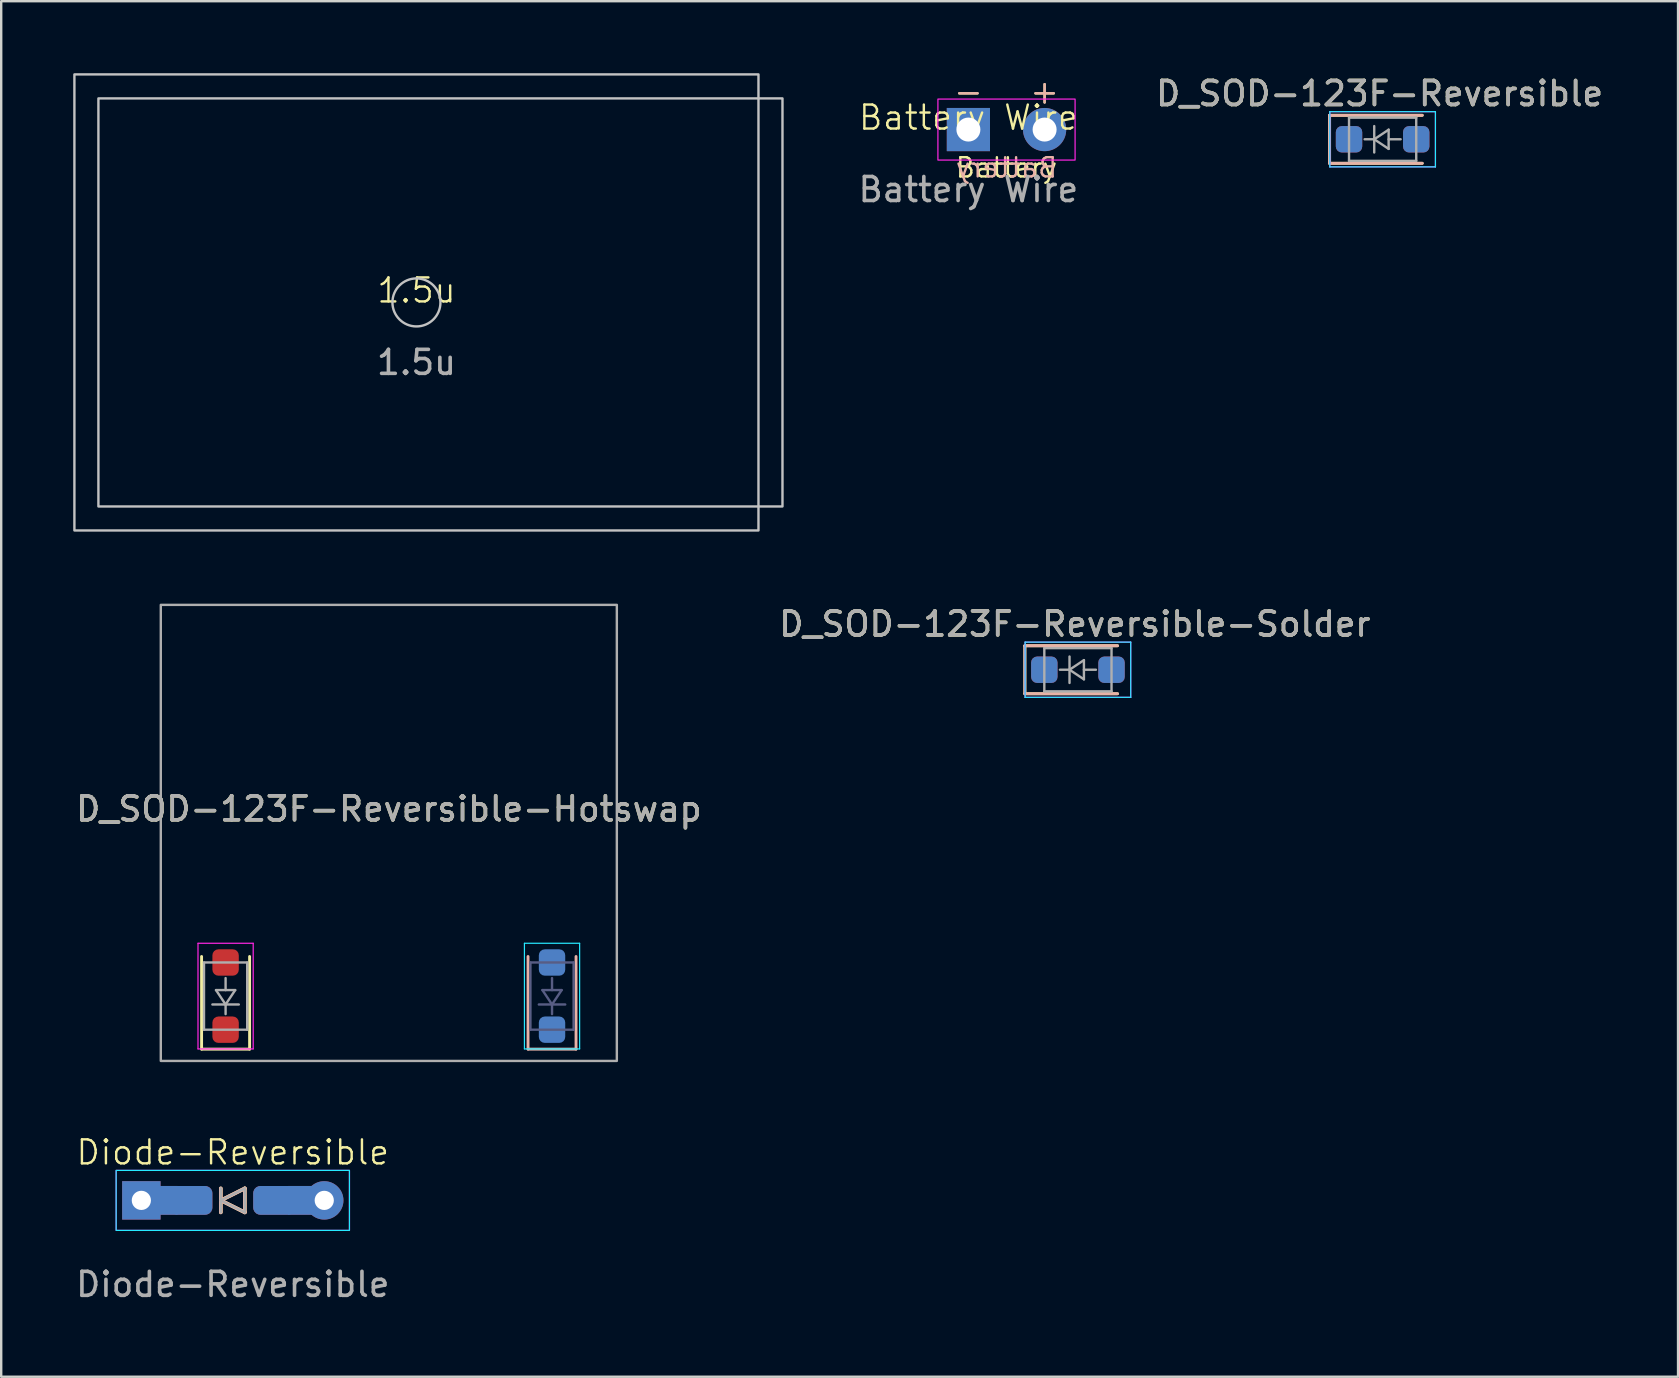
<source format=kicad_pcb>
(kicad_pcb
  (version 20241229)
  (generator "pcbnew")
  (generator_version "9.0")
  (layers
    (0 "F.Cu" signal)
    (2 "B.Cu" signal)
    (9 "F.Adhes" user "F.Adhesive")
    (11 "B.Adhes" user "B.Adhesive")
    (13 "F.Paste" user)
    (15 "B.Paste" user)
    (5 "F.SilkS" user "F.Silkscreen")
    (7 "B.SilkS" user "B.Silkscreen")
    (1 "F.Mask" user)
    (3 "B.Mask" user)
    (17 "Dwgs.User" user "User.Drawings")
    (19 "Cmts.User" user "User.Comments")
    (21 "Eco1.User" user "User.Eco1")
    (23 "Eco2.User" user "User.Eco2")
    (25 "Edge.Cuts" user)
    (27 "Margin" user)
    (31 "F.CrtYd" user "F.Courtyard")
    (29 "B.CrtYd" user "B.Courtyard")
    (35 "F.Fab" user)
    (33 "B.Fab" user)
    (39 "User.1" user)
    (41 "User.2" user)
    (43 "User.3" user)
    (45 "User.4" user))
  (footprint "Battery Wire"
    (layer "F.Cu")
    (at 37.296 2.348)
    (property "Reference" "Battery Wire" (at 0 -0.5 0) (unlocked yes) (layer "F.SilkS") (effects (font (size 1 1) (thickness 0.1))))
    (attr through_hole)
    (fp_rect (start -1.27 -1.27) (end 4.445 1.27) (stroke (width 0.05) (type default)) (fill no) (layer "F.CrtYd"))
    (fp_text user "+" (at 3.175 -1.587 0) (unlocked yes) (layer "F.SilkS") (effects (font (size 1 1) (thickness 0.1))))
    (fp_text user "Battery" (at 1.587 1.587 0) (unlocked yes) (layer "F.SilkS") (effects (font (size 0.8 0.8) (thickness 0.1))))
    (fp_text user "-" (at 0 -1.587 0) (unlocked yes) (layer "F.SilkS") (effects (font (size 1 1) (thickness 0.1))))
    (fp_text user "Battery" (at 1.587 1.587 0) (unlocked yes) (layer "B.SilkS") (effects (font (size 0.8 0.8) (thickness 0.1)) (justify mirror)))
    (fp_text user "+" (at 3.175 -1.587 0) (unlocked yes) (layer "B.SilkS") (effects (font (size 1 1) (thickness 0.1)) (justify mirror)))
    (fp_text user "-" (at 0 -1.587 0) (unlocked yes) (layer "B.SilkS") (effects (font (size 1 1) (thickness 0.1)) (justify mirror)))
    (fp_text user "${REFERENCE}" (at 0 2.5 0) (unlocked yes) (layer "F.Fab") (effects (font (size 1 1) (thickness 0.15))))
    (pad "1" thru_hole rect (at 0 0) (size 1.8 1.8) (drill 1) (layers "*.Cu" "*.Mask"))
    (pad "2" thru_hole circle (at 3.175 0) (size 1.8 1.8) (drill 1) (layers "*.Cu" "*.Mask")))
  (footprint "D_SOD-123F-Reversible-Hotswap"
    (layer "F.Cu")
    (at 13.149 31.65)
    (property "Reference" "D_SOD-123F-Reversible-Hotswap" (at 0 -1 0) (layer "F.SilkS") (effects (font (size 1 1) (thickness 0.15))))
    (attr smd)
    (fp_line (start -7.8 9.01) (end -7.8 5.15) (stroke (width 0.12) (type solid)) (layer "F.SilkS"))
    (fp_line (start -7.8 9.01) (end -5.8 9.01) (stroke (width 0.12) (type solid)) (layer "F.SilkS"))
    (fp_line (start -5.8 9.01) (end -5.8 5.15) (stroke (width 0.12) (type solid)) (layer "F.SilkS"))
    (fp_line (start 5.8 9.01) (end 5.8 5.15) (stroke (width 0.12) (type solid)) (layer "B.SilkS"))
    (fp_line (start 7.8 9.01) (end 5.8 9.01) (stroke (width 0.12) (type solid)) (layer "B.SilkS"))
    (fp_line (start 7.8 9.01) (end 7.8 5.15) (stroke (width 0.12) (type solid)) (layer "B.SilkS"))
    (fp_line (start 5.65 4.6) (end 5.65 9) (stroke (width 0.05) (type solid)) (layer "B.CrtYd"))
    (fp_line (start 7.95 4.6) (end 5.65 4.6) (stroke (width 0.05) (type solid)) (layer "B.CrtYd"))
    (fp_line (start 7.95 9) (end 5.65 9) (stroke (width 0.05) (type solid)) (layer "B.CrtYd"))
    (fp_line (start 7.95 9) (end 7.95 4.6) (stroke (width 0.05) (type solid)) (layer "B.CrtYd"))
    (fp_line (start -7.95 4.6) (end -5.65 4.6) (stroke (width 0.05) (type solid)) (layer "F.CrtYd"))
    (fp_line (start -7.95 9) (end -7.95 4.6) (stroke (width 0.05) (type solid)) (layer "F.CrtYd"))
    (fp_line (start -7.95 9) (end -5.65 9) (stroke (width 0.05) (type solid)) (layer "F.CrtYd"))
    (fp_line (start -5.65 4.6) (end -5.65 9) (stroke (width 0.05) (type solid)) (layer "F.CrtYd"))
    (fp_line (start 5.9 5.4) (end 5.9 8.2) (stroke (width 0.1) (type solid)) (layer "B.Fab"))
    (fp_line (start 5.9 8.2) (end 7.7 8.2) (stroke (width 0.1) (type solid)) (layer "B.Fab"))
    (fp_line (start 6.4 6.55) (end 6.8 7.15) (stroke (width 0.1) (type solid)) (layer "B.Fab"))
    (fp_line (start 6.8 6.55) (end 6.8 6.05) (stroke (width 0.1) (type solid)) (layer "B.Fab"))
    (fp_line (start 6.8 7.15) (end 6.25 7.15) (stroke (width 0.1) (type solid)) (layer "B.Fab"))
    (fp_line (start 6.8 7.15) (end 7.2 6.55) (stroke (width 0.1) (type solid)) (layer "B.Fab"))
    (fp_line (start 6.8 7.15) (end 7.35 7.15) (stroke (width 0.1) (type solid)) (layer "B.Fab"))
    (fp_line (start 6.8 7.55) (end 6.8 7.15) (stroke (width 0.1) (type solid)) (layer "B.Fab"))
    (fp_line (start 7.2 6.55) (end 6.4 6.55) (stroke (width 0.1) (type solid)) (layer "B.Fab"))
    (fp_line (start 7.7 5.4) (end 5.9 5.4) (stroke (width 0.1) (type solid)) (layer "B.Fab"))
    (fp_line (start 7.7 8.2) (end 7.7 5.4) (stroke (width 0.1) (type solid)) (layer "B.Fab"))
    (fp_line (start -7.7 5.4) (end -5.9 5.4) (stroke (width 0.1) (type solid)) (layer "F.Fab"))
    (fp_line (start -7.7 8.2) (end -7.7 5.4) (stroke (width 0.1) (type solid)) (layer "F.Fab"))
    (fp_line (start -7.2 6.55) (end -6.4 6.55) (stroke (width 0.1) (type solid)) (layer "F.Fab"))
    (fp_line (start -6.8 6.55) (end -6.8 6.05) (stroke (width 0.1) (type solid)) (layer "F.Fab"))
    (fp_line (start -6.8 7.15) (end -7.35 7.15) (stroke (width 0.1) (type solid)) (layer "F.Fab"))
    (fp_line (start -6.8 7.15) (end -7.2 6.55) (stroke (width 0.1) (type solid)) (layer "F.Fab"))
    (fp_line (start -6.8 7.15) (end -6.25 7.15) (stroke (width 0.1) (type solid)) (layer "F.Fab"))
    (fp_line (start -6.8 7.55) (end -6.8 7.15) (stroke (width 0.1) (type solid)) (layer "F.Fab"))
    (fp_line (start -6.4 6.55) (end -6.8 7.15) (stroke (width 0.1) (type solid)) (layer "F.Fab"))
    (fp_line (start -5.9 5.4) (end -5.9 8.2) (stroke (width 0.1) (type solid)) (layer "F.Fab"))
    (fp_line (start -5.9 8.2) (end -7.7 8.2) (stroke (width 0.1) (type solid)) (layer "F.Fab"))
    (fp_rect (start -9.5 -9.5) (end 9.5 9.5) (stroke (width 0.1) (type default)) (fill no) (layer "F.Fab"))
    (fp_text user "${REFERENCE}" (at 0 -1 0) (layer "F.Fab") (effects (font (size 1 1) (thickness 0.15))))
    (pad "1" smd roundrect (at -6.8 8.2 90) (size 1.1 1.1) (layers "F.Cu" "F.Mask" "F.Paste") (roundrect_rratio 0.227))
    (pad "1" smd roundrect (at 6.8 8.2 270) (size 1.1 1.1) (layers "B.Cu" "B.Mask" "B.Paste") (roundrect_rratio 0.227))
    (pad "2" smd roundrect (at -6.8 5.4 90) (size 1.1 1.1) (layers "F.Cu" "F.Mask" "F.Paste") (roundrect_rratio 0.227))
    (pad "2" smd roundrect (at 6.8 5.4 270) (size 1.1 1.1) (layers "B.Cu" "B.Mask" "B.Paste") (roundrect_rratio 0.227)))
  (footprint "D_SOD-123F-Reversible"
    (layer "F.Cu")
    (at 54.554 2.753)
    (property "Reference" "D_SOD-123F-Reversible" (at -0.127 -1.905 0) (layer "F.SilkS") (effects (font (size 1 1) (thickness 0.15))))
    (attr smd)
    (fp_line (start -2.21 -1) (end -2.21 1) (stroke (width 0.12) (type solid)) (layer "F.SilkS"))
    (fp_line (start -2.21 -1) (end 1.65 -1) (stroke (width 0.12) (type solid)) (layer "F.SilkS"))
    (fp_line (start -2.21 1) (end 1.65 1) (stroke (width 0.12) (type solid)) (layer "F.SilkS"))
    (fp_line (start -2.21 -1) (end 1.65 -1) (stroke (width 0.12) (type solid)) (layer "B.SilkS"))
    (fp_line (start -2.21 1) (end -2.21 -1) (stroke (width 0.12) (type solid)) (layer "B.SilkS"))
    (fp_line (start -2.21 1) (end 1.65 1) (stroke (width 0.12) (type solid)) (layer "B.SilkS"))
    (fp_line (start -2.2 1.15) (end -2.2 -1.15) (stroke (width 0.05) (type solid)) (layer "B.CrtYd"))
    (fp_line (start -2.2 1.15) (end 2.2 1.15) (stroke (width 0.05) (type solid)) (layer "B.CrtYd"))
    (fp_line (start 2.2 -1.15) (end -2.2 -1.15) (stroke (width 0.05) (type solid)) (layer "B.CrtYd"))
    (fp_line (start 2.2 1.15) (end 2.2 -1.15) (stroke (width 0.05) (type solid)) (layer "B.CrtYd"))
    (fp_line (start -2.2 -1.15) (end -2.2 1.15) (stroke (width 0.05) (type solid)) (layer "F.CrtYd"))
    (fp_line (start -2.2 -1.15) (end 2.2 -1.15) (stroke (width 0.05) (type solid)) (layer "F.CrtYd"))
    (fp_line (start 2.2 -1.15) (end 2.2 1.15) (stroke (width 0.05) (type solid)) (layer "F.CrtYd"))
    (fp_line (start 2.2 1.15) (end -2.2 1.15) (stroke (width 0.05) (type solid)) (layer "F.CrtYd"))
    (fp_line (start -1.4 -0.9) (end 1.4 -0.9) (stroke (width 0.1) (type solid)) (layer "F.Fab"))
    (fp_line (start -1.4 0.9) (end -1.4 -0.9) (stroke (width 0.1) (type solid)) (layer "F.Fab"))
    (fp_line (start -0.75 0) (end -0.35 0) (stroke (width 0.1) (type solid)) (layer "F.Fab"))
    (fp_line (start -0.35 0) (end -0.35 -0.55) (stroke (width 0.1) (type solid)) (layer "F.Fab"))
    (fp_line (start -0.35 0) (end -0.35 0.55) (stroke (width 0.1) (type solid)) (layer "F.Fab"))
    (fp_line (start -0.35 0) (end 0.25 -0.4) (stroke (width 0.1) (type solid)) (layer "F.Fab"))
    (fp_line (start 0.25 -0.4) (end 0.25 0.4) (stroke (width 0.1) (type solid)) (layer "F.Fab"))
    (fp_line (start 0.25 0) (end 0.75 0) (stroke (width 0.1) (type solid)) (layer "F.Fab"))
    (fp_line (start 0.25 0.4) (end -0.35 0) (stroke (width 0.1) (type solid)) (layer "F.Fab"))
    (fp_line (start 1.4 -0.9) (end 1.4 0.9) (stroke (width 0.1) (type solid)) (layer "F.Fab"))
    (fp_line (start 1.4 0.9) (end -1.4 0.9) (stroke (width 0.1) (type solid)) (layer "F.Fab"))
    (fp_text user "${REFERENCE}" (at -0.127 -1.905 0) (layer "F.Fab") (effects (font (size 1 1) (thickness 0.15))))
    (pad "1" smd roundrect (at -1.4 0) (size 1.1 1.1) (layers "F.Cu" "F.Mask" "F.Paste") (roundrect_rratio 0.227))
    (pad "1" smd roundrect (at -1.4 0 180) (size 1.1 1.1) (layers "B.Cu" "B.Mask" "B.Paste") (roundrect_rratio 0.227))
    (pad "2" smd roundrect (at 1.4 0) (size 1.1 1.1) (layers "F.Cu" "F.Mask" "F.Paste") (roundrect_rratio 0.227))
    (pad "2" smd roundrect (at 1.4 0 180) (size 1.1 1.1) (layers "B.Cu" "B.Mask" "B.Paste") (roundrect_rratio 0.227)))
  (footprint "D_SOD-123F-Reversible-Solder"
    (layer "F.Cu")
    (at 41.859 24.853)
    (property "Reference" "D_SOD-123F-Reversible-Solder" (at -0.127 -1.905 0) (layer "F.SilkS") (effects (font (size 1 1) (thickness 0.15))))
    (attr smd)
    (fp_line (start -2.21 -1) (end -2.21 1) (stroke (width 0.12) (type solid)) (layer "F.SilkS"))
    (fp_line (start -2.21 -1) (end 1.65 -1) (stroke (width 0.12) (type solid)) (layer "F.SilkS"))
    (fp_line (start -2.21 1) (end 1.65 1) (stroke (width 0.12) (type solid)) (layer "F.SilkS"))
    (fp_line (start -2.21 -1) (end 1.65 -1) (stroke (width 0.12) (type solid)) (layer "B.SilkS"))
    (fp_line (start -2.21 1) (end -2.21 -1) (stroke (width 0.12) (type solid)) (layer "B.SilkS"))
    (fp_line (start -2.21 1) (end 1.65 1) (stroke (width 0.12) (type solid)) (layer "B.SilkS"))
    (fp_line (start -2.2 1.15) (end -2.2 -1.15) (stroke (width 0.05) (type solid)) (layer "B.CrtYd"))
    (fp_line (start -2.2 1.15) (end 2.2 1.15) (stroke (width 0.05) (type solid)) (layer "B.CrtYd"))
    (fp_line (start 2.2 -1.15) (end -2.2 -1.15) (stroke (width 0.05) (type solid)) (layer "B.CrtYd"))
    (fp_line (start 2.2 1.15) (end 2.2 -1.15) (stroke (width 0.05) (type solid)) (layer "B.CrtYd"))
    (fp_line (start -2.2 -1.15) (end -2.2 1.15) (stroke (width 0.05) (type solid)) (layer "F.CrtYd"))
    (fp_line (start -2.2 -1.15) (end 2.2 -1.15) (stroke (width 0.05) (type solid)) (layer "F.CrtYd"))
    (fp_line (start 2.2 -1.15) (end 2.2 1.15) (stroke (width 0.05) (type solid)) (layer "F.CrtYd"))
    (fp_line (start 2.2 1.15) (end -2.2 1.15) (stroke (width 0.05) (type solid)) (layer "F.CrtYd"))
    (fp_line (start -1.4 -0.9) (end 1.4 -0.9) (stroke (width 0.1) (type solid)) (layer "F.Fab"))
    (fp_line (start -1.4 0.9) (end -1.4 -0.9) (stroke (width 0.1) (type solid)) (layer "F.Fab"))
    (fp_line (start -0.75 0) (end -0.35 0) (stroke (width 0.1) (type solid)) (layer "F.Fab"))
    (fp_line (start -0.35 0) (end -0.35 -0.55) (stroke (width 0.1) (type solid)) (layer "F.Fab"))
    (fp_line (start -0.35 0) (end -0.35 0.55) (stroke (width 0.1) (type solid)) (layer "F.Fab"))
    (fp_line (start -0.35 0) (end 0.25 -0.4) (stroke (width 0.1) (type solid)) (layer "F.Fab"))
    (fp_line (start 0.25 -0.4) (end 0.25 0.4) (stroke (width 0.1) (type solid)) (layer "F.Fab"))
    (fp_line (start 0.25 0) (end 0.75 0) (stroke (width 0.1) (type solid)) (layer "F.Fab"))
    (fp_line (start 0.25 0.4) (end -0.35 0) (stroke (width 0.1) (type solid)) (layer "F.Fab"))
    (fp_line (start 1.4 -0.9) (end 1.4 0.9) (stroke (width 0.1) (type solid)) (layer "F.Fab"))
    (fp_line (start 1.4 0.9) (end -1.4 0.9) (stroke (width 0.1) (type solid)) (layer "F.Fab"))
    (fp_text user "${REFERENCE}" (at -0.127 -1.905 0) (layer "F.Fab") (effects (font (size 1 1) (thickness 0.15))))
    (pad "1" smd roundrect (at -1.4 0) (size 1.1 1.1) (layers "F.Cu" "F.Mask" "F.Paste") (roundrect_rratio 0.227))
    (pad "1" smd roundrect (at -1.4 0 180) (size 1.1 1.1) (layers "B.Cu" "B.Mask" "B.Paste") (roundrect_rratio 0.227))
    (pad "2" smd roundrect (at 1.4 0) (size 1.1 1.1) (layers "F.Cu" "F.Mask" "F.Paste") (roundrect_rratio 0.227))
    (pad "2" smd roundrect (at 1.4 0 180) (size 1.1 1.1) (layers "B.Cu" "B.Mask" "B.Paste") (roundrect_rratio 0.227)))
  (footprint "1.5u"
    (layer "F.Cu")
    (at 14.3 9.55)
    (property "Reference" "1.5u" (at 0 -0.5 0) (unlocked yes) (layer "F.SilkS") (effects (font (size 1 1) (thickness 0.1))))
    (attr smd)
    (fp_rect (start -14.25 -9.5) (end 14.25 9.5) (stroke (width 0.1) (type default)) (fill no) (layer "Dwgs.User"))
    (fp_rect (start -13.25 -8.5) (end 15.25 8.5) (stroke (width 0.1) (type default)) (fill no) (layer "Dwgs.User"))
    (fp_circle (center 0 0) (end 1 0) (stroke (width 0.1) (type solid)) (fill no) (layer "Dwgs.User"))
    (fp_text user "${REFERENCE}" (at 0 2.5 0) (unlocked yes) (layer "F.Fab") (effects (font (size 1 1) (thickness 0.15)))))
  (footprint "Diode-Reversible"
    (layer "F.Cu")
    (at 6.649 46.961)
    (property "Reference" "Diode-Reversible" (at 0 -2 0) (unlocked yes) (layer "F.SilkS") (effects (font (size 1 1) (thickness 0.1))))
    (attr through_hole)
    (fp_line (start -0.5 -0.5) (end -0.5 0.5) (stroke (width 0.15) (type default)) (layer "F.SilkS"))
    (fp_line (start -0.5 0) (end 0.5 0.5) (stroke (width 0.15) (type default)) (layer "F.SilkS"))
    (fp_line (start 0.5 -0.5) (end -0.5 0) (stroke (width 0.15) (type default)) (layer "F.SilkS"))
    (fp_line (start 0.5 0.5) (end 0.5 -0.5) (stroke (width 0.15) (type default)) (layer "F.SilkS"))
    (fp_line (start -0.5 0) (end 0.5 -0.5) (stroke (width 0.15) (type default)) (layer "B.SilkS"))
    (fp_line (start -0.5 0.5) (end -0.5 -0.5) (stroke (width 0.15) (type default)) (layer "B.SilkS"))
    (fp_line (start 0.5 -0.5) (end 0.5 0.5) (stroke (width 0.15) (type default)) (layer "B.SilkS"))
    (fp_line (start 0.5 0.5) (end -0.5 0) (stroke (width 0.15) (type default)) (layer "B.SilkS"))
    (fp_rect (start -4.86 -1.25) (end 4.86 1.25) (stroke (width 0.05) (type default)) (fill no) (layer "B.CrtYd"))
    (fp_rect (start -4.86 -1.25) (end 4.86 1.25) (stroke (width 0.05) (type default)) (fill no) (layer "F.CrtYd"))
    (fp_line (start -0.5 -0.5) (end -0.5 0.5) (stroke (width 0.1) (type default)) (layer "F.Fab"))
    (fp_line (start 0.5 -0.5) (end -0.5 0) (stroke (width 0.1) (type default)) (layer "F.Fab"))
    (fp_line (start 0.5 0.5) (end -0.5 0) (stroke (width 0.1) (type default)) (layer "F.Fab"))
    (fp_line (start 0.5 0.5) (end 0.5 -0.5) (stroke (width 0.1) (type default)) (layer "F.Fab"))
    (fp_text user "${REFERENCE}" (at 0 3.5 0) (unlocked yes) (layer "F.Fab") (effects (font (size 1 1) (thickness 0.15))))
    (pad "1" thru_hole rect (at -3.81 0) (size 1.6 1.6) (drill 0.8) (layers "*.Cu" "*.Mask"))
    (pad "1" smd rect (at -2.8 0) (size 1 1.2) (layers "F.Cu"))
    (pad "1" smd rect (at -2.8 0) (size 1 1.2) (layers "B.Cu"))
    (pad "1" smd roundrect (at -1.725 0) (size 1.75 1.2) (layers "F.Cu" "F.Mask" "F.Paste") (roundrect_rratio 0.25))
    (pad "1" smd roundrect (at -1.725 0) (size 1.75 1.2) (layers "B.Cu" "B.Mask" "B.Paste") (roundrect_rratio 0.25))
    (pad "2" smd roundrect (at 1.725 0) (size 1.75 1.2) (layers "F.Cu" "F.Mask" "F.Paste") (roundrect_rratio 0.25))
    (pad "2" smd roundrect (at 1.725 0) (size 1.75 1.2) (layers "B.Cu" "B.Mask" "B.Paste") (roundrect_rratio 0.25))
    (pad "2" smd rect (at 2.8 0) (size 1 1.2) (layers "F.Cu"))
    (pad "2" smd rect (at 2.8 0) (size 1 1.2) (layers "B.Cu"))
    (pad "2" thru_hole oval (at 3.81 0) (size 1.6 1.6) (drill 0.8) (layers "*.Cu" "*.Mask")))
  (gr_rect
    (start -3 -3)
    (end 66.862 54.309)
    (stroke (width 0.1) (type default))
    (fill no)
    (layer "Edge.Cuts")))
</source>
